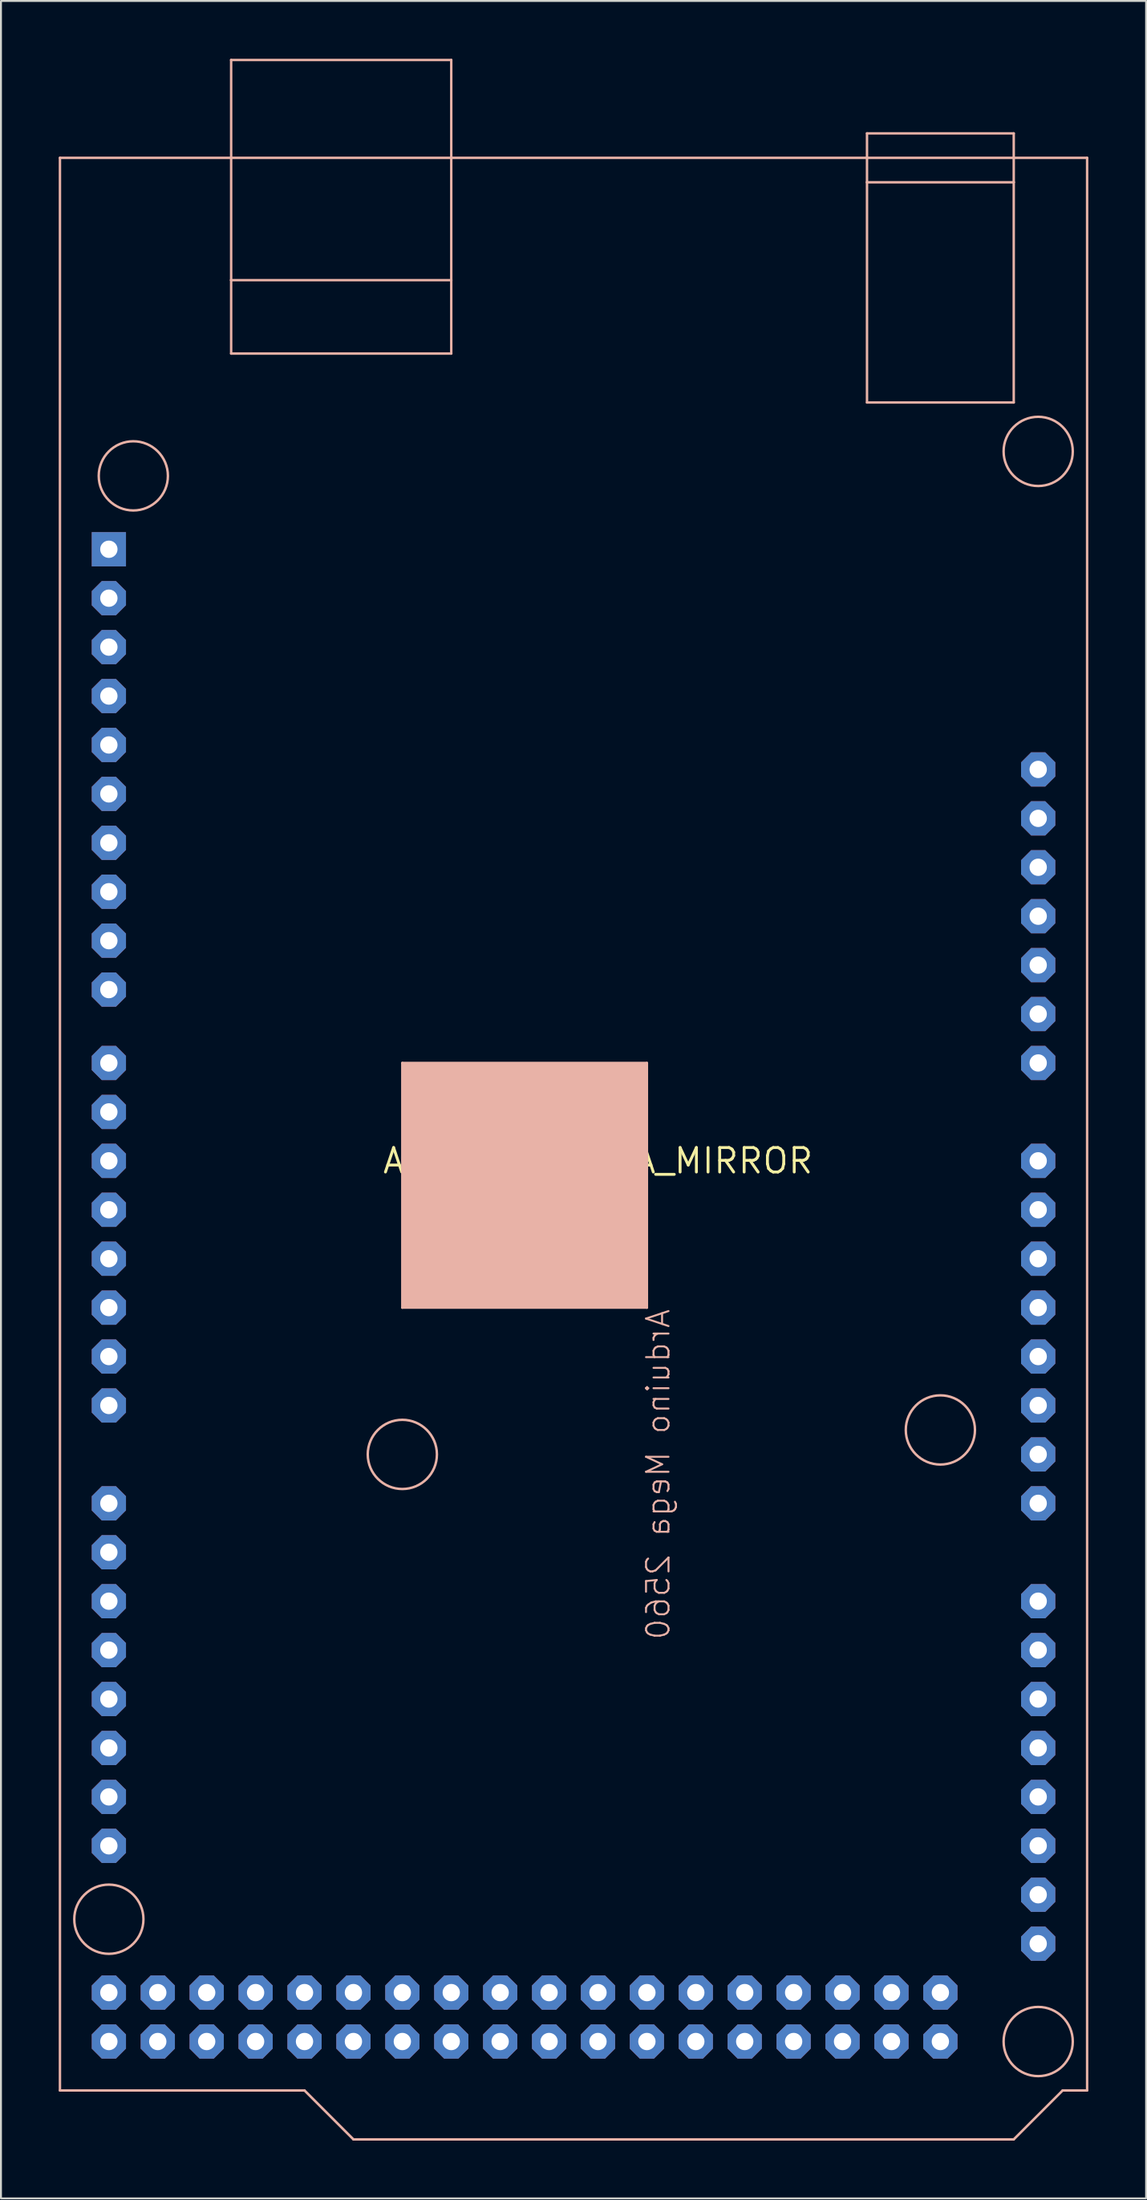
<source format=kicad_pcb>
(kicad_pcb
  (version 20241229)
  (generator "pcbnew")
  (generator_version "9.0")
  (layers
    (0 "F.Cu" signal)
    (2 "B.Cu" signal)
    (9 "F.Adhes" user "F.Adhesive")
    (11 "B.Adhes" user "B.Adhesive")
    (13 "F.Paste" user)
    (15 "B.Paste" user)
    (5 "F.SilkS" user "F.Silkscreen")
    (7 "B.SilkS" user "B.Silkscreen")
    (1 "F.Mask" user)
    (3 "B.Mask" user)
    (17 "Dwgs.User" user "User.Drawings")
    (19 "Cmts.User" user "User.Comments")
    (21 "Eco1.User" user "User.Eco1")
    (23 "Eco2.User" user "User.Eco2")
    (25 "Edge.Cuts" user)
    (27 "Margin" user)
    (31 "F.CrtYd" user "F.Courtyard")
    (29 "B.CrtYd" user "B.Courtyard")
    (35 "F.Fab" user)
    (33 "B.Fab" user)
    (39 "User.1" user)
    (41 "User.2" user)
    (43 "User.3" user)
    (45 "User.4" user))
  (footprint "ARDUINO_MEGA_MIRROR"
    (layer "F.Cu")
    (at 28.003 57.214)
    (property "Reference" "ARDUINO_MEGA_MIRROR" (at 0 0 0) (layer "F.SilkS") (effects (font (size 1.27 1.27) (thickness 0.15))))
    (fp_line (start -27.94 -52.07) (end -27.94 48.26) (stroke (width 0.127) (type solid)) (layer "B.SilkS"))
    (fp_line (start -27.94 -52.07) (end 25.4 -52.07) (stroke (width 0.127) (type solid)) (layer "B.SilkS"))
    (fp_line (start -27.94 48.26) (end -15.24 48.26) (stroke (width 0.127) (type solid)) (layer "B.SilkS"))
    (fp_line (start -19.05 -57.15) (end -7.62 -57.15) (stroke (width 0.127) (type solid)) (layer "B.SilkS"))
    (fp_line (start -19.05 -45.72) (end -19.05 -57.15) (stroke (width 0.127) (type solid)) (layer "B.SilkS"))
    (fp_line (start -19.05 -45.72) (end -7.62 -45.72) (stroke (width 0.127) (type solid)) (layer "B.SilkS"))
    (fp_line (start -19.05 -41.91) (end -19.05 -45.72) (stroke (width 0.127) (type solid)) (layer "B.SilkS"))
    (fp_line (start -15.24 48.26) (end -12.7 50.8) (stroke (width 0.127) (type solid)) (layer "B.SilkS"))
    (fp_line (start -12.7 50.8) (end 21.59 50.8) (stroke (width 0.127) (type solid)) (layer "B.SilkS"))
    (fp_line (start -10.16 -5.08) (end -10.16 7.62) (stroke (width 0.127) (type solid)) (layer "B.SilkS"))
    (fp_line (start -10.16 7.62) (end 2.54 7.62) (stroke (width 0.127) (type solid)) (layer "B.SilkS"))
    (fp_line (start -7.62 -57.15) (end -7.62 -45.72) (stroke (width 0.127) (type solid)) (layer "B.SilkS"))
    (fp_line (start -7.62 -45.72) (end -7.62 -41.91) (stroke (width 0.127) (type solid)) (layer "B.SilkS"))
    (fp_line (start -7.62 -41.91) (end -19.05 -41.91) (stroke (width 0.127) (type solid)) (layer "B.SilkS"))
    (fp_line (start 2.54 -5.08) (end -10.16 -5.08) (stroke (width 0.127) (type solid)) (layer "B.SilkS"))
    (fp_line (start 2.54 7.62) (end 2.54 -5.08) (stroke (width 0.127) (type solid)) (layer "B.SilkS"))
    (fp_line (start 13.97 -53.34) (end 21.59 -53.34) (stroke (width 0.127) (type solid)) (layer "B.SilkS"))
    (fp_line (start 13.97 -50.8) (end 13.97 -53.34) (stroke (width 0.127) (type solid)) (layer "B.SilkS"))
    (fp_line (start 13.97 -50.8) (end 21.59 -50.8) (stroke (width 0.127) (type solid)) (layer "B.SilkS"))
    (fp_line (start 13.97 -39.37) (end 13.97 -50.8) (stroke (width 0.127) (type solid)) (layer "B.SilkS"))
    (fp_line (start 21.59 -50.8) (end 21.59 -53.34) (stroke (width 0.127) (type solid)) (layer "B.SilkS"))
    (fp_line (start 21.59 -50.8) (end 21.59 -39.37) (stroke (width 0.127) (type solid)) (layer "B.SilkS"))
    (fp_line (start 21.59 -39.37) (end 13.97 -39.37) (stroke (width 0.127) (type solid)) (layer "B.SilkS"))
    (fp_line (start 24.13 48.26) (end 21.59 50.8) (stroke (width 0.127) (type solid)) (layer "B.SilkS"))
    (fp_line (start 25.4 -52.07) (end 25.4 48.26) (stroke (width 0.127) (type solid)) (layer "B.SilkS"))
    (fp_line (start 25.4 48.26) (end 24.13 48.26) (stroke (width 0.127) (type solid)) (layer "B.SilkS"))
    (fp_circle (center -25.4 39.37) (end -23.604 39.37) (stroke (width 0.127) (type solid)) (fill no) (layer "B.SilkS"))
    (fp_circle (center -24.13 -35.56) (end -22.334 -35.56) (stroke (width 0.127) (type solid)) (fill no) (layer "B.SilkS"))
    (fp_circle (center -10.16 15.24) (end -8.364 15.24) (stroke (width 0.127) (type solid)) (fill no) (layer "B.SilkS"))
    (fp_circle (center 17.78 13.97) (end 19.576 13.97) (stroke (width 0.127) (type solid)) (fill no) (layer "B.SilkS"))
    (fp_circle (center 22.86 -36.83) (end 24.656 -36.83) (stroke (width 0.127) (type solid)) (fill no) (layer "B.SilkS"))
    (fp_circle (center 22.86 45.72) (end 24.656 45.72) (stroke (width 0.127) (type solid)) (fill no) (layer "B.SilkS"))
    (fp_poly (pts (xy 2.54 -5.08) (xy -10.16 -5.08) (xy -10.16 7.62) (xy 2.54 7.62)) (stroke (width 0) (type default)) (fill yes) (layer "B.SilkS"))
    (fp_text user "Arduino Mega 2560" (at 3.81 7.62 270) (layer "B.SilkS") (effects (font (size 1.168 1.168) (thickness 0.102)) (justify left bottom mirror)))
    (pad "3V3" thru_hole roundrect (at 22.86 -15.24 180) (size 1.778 1.778) (drill 0.9) (layers "*.Cu" "*.Mask") (roundrect_rratio 0.25) (chamfer_ratio 0.293) (chamfer top_left top_right bottom_left bottom_right))
    (pad "5V@1" thru_hole roundrect (at 22.86 -12.7 180) (size 1.778 1.778) (drill 0.9) (layers "*.Cu" "*.Mask") (roundrect_rratio 0.25) (chamfer_ratio 0.293) (chamfer top_left top_right bottom_left bottom_right))
    (pad "5V@2" thru_hole roundrect (at -25.4 43.18 180) (size 1.778 1.778) (drill 0.9) (layers "*.Cu" "*.Mask") (roundrect_rratio 0.25) (chamfer_ratio 0.293) (chamfer top_left top_right bottom_left bottom_right))
    (pad "5V@3" thru_hole roundrect (at -25.4 45.72 180) (size 1.778 1.778) (drill 0.9) (layers "*.Cu" "*.Mask") (roundrect_rratio 0.25) (chamfer_ratio 0.293) (chamfer top_left top_right bottom_left bottom_right))
    (pad "A0" thru_hole roundrect (at 22.86 0 180) (size 1.778 1.778) (drill 0.9) (layers "*.Cu" "*.Mask") (roundrect_rratio 0.25) (chamfer_ratio 0.293) (chamfer top_left top_right bottom_left bottom_right))
    (pad "A1" thru_hole roundrect (at 22.86 2.54 180) (size 1.778 1.778) (drill 0.9) (layers "*.Cu" "*.Mask") (roundrect_rratio 0.25) (chamfer_ratio 0.293) (chamfer top_left top_right bottom_left bottom_right))
    (pad "A2" thru_hole roundrect (at 22.86 5.08 180) (size 1.778 1.778) (drill 0.9) (layers "*.Cu" "*.Mask") (roundrect_rratio 0.25) (chamfer_ratio 0.293) (chamfer top_left top_right bottom_left bottom_right))
    (pad "A3" thru_hole roundrect (at 22.86 7.62 180) (size 1.778 1.778) (drill 0.9) (layers "*.Cu" "*.Mask") (roundrect_rratio 0.25) (chamfer_ratio 0.293) (chamfer top_left top_right bottom_left bottom_right))
    (pad "A4" thru_hole roundrect (at 22.86 10.16 180) (size 1.778 1.778) (drill 0.9) (layers "*.Cu" "*.Mask") (roundrect_rratio 0.25) (chamfer_ratio 0.293) (chamfer top_left top_right bottom_left bottom_right))
    (pad "A5" thru_hole roundrect (at 22.86 12.7 180) (size 1.778 1.778) (drill 0.9) (layers "*.Cu" "*.Mask") (roundrect_rratio 0.25) (chamfer_ratio 0.293) (chamfer top_left top_right bottom_left bottom_right))
    (pad "A6" thru_hole roundrect (at 22.86 15.24 180) (size 1.778 1.778) (drill 0.9) (layers "*.Cu" "*.Mask") (roundrect_rratio 0.25) (chamfer_ratio 0.293) (chamfer top_left top_right bottom_left bottom_right))
    (pad "A7" thru_hole roundrect (at 22.86 17.78 180) (size 1.778 1.778) (drill 0.9) (layers "*.Cu" "*.Mask") (roundrect_rratio 0.25) (chamfer_ratio 0.293) (chamfer top_left top_right bottom_left bottom_right))
    (pad "A8" thru_hole roundrect (at 22.86 22.86 180) (size 1.778 1.778) (drill 0.9) (layers "*.Cu" "*.Mask") (roundrect_rratio 0.25) (chamfer_ratio 0.293) (chamfer top_left top_right bottom_left bottom_right))
    (pad "A9" thru_hole roundrect (at 22.86 25.4 180) (size 1.778 1.778) (drill 0.9) (layers "*.Cu" "*.Mask") (roundrect_rratio 0.25) (chamfer_ratio 0.293) (chamfer top_left top_right bottom_left bottom_right))
    (pad "A10" thru_hole roundrect (at 22.86 27.94 180) (size 1.778 1.778) (drill 0.9) (layers "*.Cu" "*.Mask") (roundrect_rratio 0.25) (chamfer_ratio 0.293) (chamfer top_left top_right bottom_left bottom_right))
    (pad "A11" thru_hole roundrect (at 22.86 30.48 180) (size 1.778 1.778) (drill 0.9) (layers "*.Cu" "*.Mask") (roundrect_rratio 0.25) (chamfer_ratio 0.293) (chamfer top_left top_right bottom_left bottom_right))
    (pad "A12" thru_hole roundrect (at 22.86 33.02 180) (size 1.778 1.778) (drill 0.9) (layers "*.Cu" "*.Mask") (roundrect_rratio 0.25) (chamfer_ratio 0.293) (chamfer top_left top_right bottom_left bottom_right))
    (pad "A13" thru_hole roundrect (at 22.86 35.56 180) (size 1.778 1.778) (drill 0.9) (layers "*.Cu" "*.Mask") (roundrect_rratio 0.25) (chamfer_ratio 0.293) (chamfer top_left top_right bottom_left bottom_right))
    (pad "A14" thru_hole roundrect (at 22.86 38.1 180) (size 1.778 1.778) (drill 0.9) (layers "*.Cu" "*.Mask") (roundrect_rratio 0.25) (chamfer_ratio 0.293) (chamfer top_left top_right bottom_left bottom_right))
    (pad "A15" thru_hole roundrect (at 22.86 40.64 180) (size 1.778 1.778) (drill 0.9) (layers "*.Cu" "*.Mask") (roundrect_rratio 0.25) (chamfer_ratio 0.293) (chamfer top_left top_right bottom_left bottom_right))
    (pad "AREF" thru_hole roundrect (at -25.4 -26.67 180) (size 1.778 1.778) (drill 0.9) (layers "*.Cu" "*.Mask") (roundrect_rratio 0.25) (chamfer_ratio 0.293) (chamfer top_left top_right bottom_left bottom_right))
    (pad "D0" thru_hole roundrect (at -25.4 12.7 180) (size 1.778 1.778) (drill 0.9) (layers "*.Cu" "*.Mask") (roundrect_rratio 0.25) (chamfer_ratio 0.293) (chamfer top_left top_right bottom_left bottom_right))
    (pad "D1" thru_hole roundrect (at -25.4 10.16 180) (size 1.778 1.778) (drill 0.9) (layers "*.Cu" "*.Mask") (roundrect_rratio 0.25) (chamfer_ratio 0.293) (chamfer top_left top_right bottom_left bottom_right))
    (pad "D2" thru_hole roundrect (at -25.4 7.62 180) (size 1.778 1.778) (drill 0.9) (layers "*.Cu" "*.Mask") (roundrect_rratio 0.25) (chamfer_ratio 0.293) (chamfer top_left top_right bottom_left bottom_right))
    (pad "D3" thru_hole roundrect (at -25.4 5.08 180) (size 1.778 1.778) (drill 0.9) (layers "*.Cu" "*.Mask") (roundrect_rratio 0.25) (chamfer_ratio 0.293) (chamfer top_left top_right bottom_left bottom_right))
    (pad "D4" thru_hole roundrect (at -25.4 2.54 180) (size 1.778 1.778) (drill 0.9) (layers "*.Cu" "*.Mask") (roundrect_rratio 0.25) (chamfer_ratio 0.293) (chamfer top_left top_right bottom_left bottom_right))
    (pad "D5" thru_hole roundrect (at -25.4 0 180) (size 1.778 1.778) (drill 0.9) (layers "*.Cu" "*.Mask") (roundrect_rratio 0.25) (chamfer_ratio 0.293) (chamfer top_left top_right bottom_left bottom_right))
    (pad "D6" thru_hole roundrect (at -25.4 -2.54 180) (size 1.778 1.778) (drill 0.9) (layers "*.Cu" "*.Mask") (roundrect_rratio 0.25) (chamfer_ratio 0.293) (chamfer top_left top_right bottom_left bottom_right))
    (pad "D7" thru_hole roundrect (at -25.4 -5.08 180) (size 1.778 1.778) (drill 0.9) (layers "*.Cu" "*.Mask") (roundrect_rratio 0.25) (chamfer_ratio 0.293) (chamfer top_left top_right bottom_left bottom_right))
    (pad "D8" thru_hole roundrect (at -25.4 -8.89 180) (size 1.778 1.778) (drill 0.9) (layers "*.Cu" "*.Mask") (roundrect_rratio 0.25) (chamfer_ratio 0.293) (chamfer top_left top_right bottom_left bottom_right))
    (pad "D9" thru_hole roundrect (at -25.4 -11.43 180) (size 1.778 1.778) (drill 0.9) (layers "*.Cu" "*.Mask") (roundrect_rratio 0.25) (chamfer_ratio 0.293) (chamfer top_left top_right bottom_left bottom_right))
    (pad "D10" thru_hole roundrect (at -25.4 -13.97 180) (size 1.778 1.778) (drill 0.9) (layers "*.Cu" "*.Mask") (roundrect_rratio 0.25) (chamfer_ratio 0.293) (chamfer top_left top_right bottom_left bottom_right))
    (pad "D11" thru_hole roundrect (at -25.4 -16.51 180) (size 1.778 1.778) (drill 0.9) (layers "*.Cu" "*.Mask") (roundrect_rratio 0.25) (chamfer_ratio 0.293) (chamfer top_left top_right bottom_left bottom_right))
    (pad "D12" thru_hole roundrect (at -25.4 -19.05 180) (size 1.778 1.778) (drill 0.9) (layers "*.Cu" "*.Mask") (roundrect_rratio 0.25) (chamfer_ratio 0.293) (chamfer top_left top_right bottom_left bottom_right))
    (pad "D13" thru_hole roundrect (at -25.4 -21.59 180) (size 1.778 1.778) (drill 0.9) (layers "*.Cu" "*.Mask") (roundrect_rratio 0.25) (chamfer_ratio 0.293) (chamfer top_left top_right bottom_left bottom_right))
    (pad "D14" thru_hole roundrect (at -25.4 17.78 180) (size 1.778 1.778) (drill 0.9) (layers "*.Cu" "*.Mask") (roundrect_rratio 0.25) (chamfer_ratio 0.293) (chamfer top_left top_right bottom_left bottom_right))
    (pad "D15" thru_hole roundrect (at -25.4 20.32 180) (size 1.778 1.778) (drill 0.9) (layers "*.Cu" "*.Mask") (roundrect_rratio 0.25) (chamfer_ratio 0.293) (chamfer top_left top_right bottom_left bottom_right))
    (pad "D16" thru_hole roundrect (at -25.4 22.86 180) (size 1.778 1.778) (drill 0.9) (layers "*.Cu" "*.Mask") (roundrect_rratio 0.25) (chamfer_ratio 0.293) (chamfer top_left top_right bottom_left bottom_right))
    (pad "D17" thru_hole roundrect (at -25.4 25.4 180) (size 1.778 1.778) (drill 0.9) (layers "*.Cu" "*.Mask") (roundrect_rratio 0.25) (chamfer_ratio 0.293) (chamfer top_left top_right bottom_left bottom_right))
    (pad "D18" thru_hole roundrect (at -25.4 27.94 180) (size 1.778 1.778) (drill 0.9) (layers "*.Cu" "*.Mask") (roundrect_rratio 0.25) (chamfer_ratio 0.293) (chamfer top_left top_right bottom_left bottom_right))
    (pad "D19" thru_hole roundrect (at -25.4 30.48 180) (size 1.778 1.778) (drill 0.9) (layers "*.Cu" "*.Mask") (roundrect_rratio 0.25) (chamfer_ratio 0.293) (chamfer top_left top_right bottom_left bottom_right))
    (pad "D20" thru_hole roundrect (at -25.4 33.02 180) (size 1.778 1.778) (drill 0.9) (layers "*.Cu" "*.Mask") (roundrect_rratio 0.25) (chamfer_ratio 0.293) (chamfer top_left top_right bottom_left bottom_right))
    (pad "D21" thru_hole roundrect (at -25.4 35.56 180) (size 1.778 1.778) (drill 0.9) (layers "*.Cu" "*.Mask") (roundrect_rratio 0.25) (chamfer_ratio 0.293) (chamfer top_left top_right bottom_left bottom_right))
    (pad "D22" thru_hole roundrect (at -22.86 43.18 180) (size 1.778 1.778) (drill 0.9) (layers "*.Cu" "*.Mask") (roundrect_rratio 0.25) (chamfer_ratio 0.293) (chamfer top_left top_right bottom_left bottom_right))
    (pad "D23" thru_hole roundrect (at -22.86 45.72 180) (size 1.778 1.778) (drill 0.9) (layers "*.Cu" "*.Mask") (roundrect_rratio 0.25) (chamfer_ratio 0.293) (chamfer top_left top_right bottom_left bottom_right))
    (pad "D24" thru_hole roundrect (at -20.32 43.18 180) (size 1.778 1.778) (drill 0.9) (layers "*.Cu" "*.Mask") (roundrect_rratio 0.25) (chamfer_ratio 0.293) (chamfer top_left top_right bottom_left bottom_right))
    (pad "D25" thru_hole roundrect (at -20.32 45.72 180) (size 1.778 1.778) (drill 0.9) (layers "*.Cu" "*.Mask") (roundrect_rratio 0.25) (chamfer_ratio 0.293) (chamfer top_left top_right bottom_left bottom_right))
    (pad "D26" thru_hole roundrect (at -17.78 43.18 180) (size 1.778 1.778) (drill 0.9) (layers "*.Cu" "*.Mask") (roundrect_rratio 0.25) (chamfer_ratio 0.293) (chamfer top_left top_right bottom_left bottom_right))
    (pad "D27" thru_hole roundrect (at -17.78 45.72 180) (size 1.778 1.778) (drill 0.9) (layers "*.Cu" "*.Mask") (roundrect_rratio 0.25) (chamfer_ratio 0.293) (chamfer top_left top_right bottom_left bottom_right))
    (pad "D28" thru_hole roundrect (at -15.24 43.18 180) (size 1.778 1.778) (drill 0.9) (layers "*.Cu" "*.Mask") (roundrect_rratio 0.25) (chamfer_ratio 0.293) (chamfer top_left top_right bottom_left bottom_right))
    (pad "D29" thru_hole roundrect (at -15.24 45.72 180) (size 1.778 1.778) (drill 0.9) (layers "*.Cu" "*.Mask") (roundrect_rratio 0.25) (chamfer_ratio 0.293) (chamfer top_left top_right bottom_left bottom_right))
    (pad "D30" thru_hole roundrect (at -12.7 43.18 180) (size 1.778 1.778) (drill 0.9) (layers "*.Cu" "*.Mask") (roundrect_rratio 0.25) (chamfer_ratio 0.293) (chamfer top_left top_right bottom_left bottom_right))
    (pad "D31" thru_hole roundrect (at -12.7 45.72 180) (size 1.778 1.778) (drill 0.9) (layers "*.Cu" "*.Mask") (roundrect_rratio 0.25) (chamfer_ratio 0.293) (chamfer top_left top_right bottom_left bottom_right))
    (pad "D32" thru_hole roundrect (at -10.16 43.18 180) (size 1.778 1.778) (drill 0.9) (layers "*.Cu" "*.Mask") (roundrect_rratio 0.25) (chamfer_ratio 0.293) (chamfer top_left top_right bottom_left bottom_right))
    (pad "D33" thru_hole roundrect (at -10.16 45.72 180) (size 1.778 1.778) (drill 0.9) (layers "*.Cu" "*.Mask") (roundrect_rratio 0.25) (chamfer_ratio 0.293) (chamfer top_left top_right bottom_left bottom_right))
    (pad "D34" thru_hole roundrect (at -7.62 43.18 180) (size 1.778 1.778) (drill 0.9) (layers "*.Cu" "*.Mask") (roundrect_rratio 0.25) (chamfer_ratio 0.293) (chamfer top_left top_right bottom_left bottom_right))
    (pad "D35" thru_hole roundrect (at -7.62 45.72 180) (size 1.778 1.778) (drill 0.9) (layers "*.Cu" "*.Mask") (roundrect_rratio 0.25) (chamfer_ratio 0.293) (chamfer top_left top_right bottom_left bottom_right))
    (pad "D36" thru_hole roundrect (at -5.08 43.18 180) (size 1.778 1.778) (drill 0.9) (layers "*.Cu" "*.Mask") (roundrect_rratio 0.25) (chamfer_ratio 0.293) (chamfer top_left top_right bottom_left bottom_right))
    (pad "D37" thru_hole roundrect (at -5.08 45.72 180) (size 1.778 1.778) (drill 0.9) (layers "*.Cu" "*.Mask") (roundrect_rratio 0.25) (chamfer_ratio 0.293) (chamfer top_left top_right bottom_left bottom_right))
    (pad "D38" thru_hole roundrect (at -2.54 43.18 180) (size 1.778 1.778) (drill 0.9) (layers "*.Cu" "*.Mask") (roundrect_rratio 0.25) (chamfer_ratio 0.293) (chamfer top_left top_right bottom_left bottom_right))
    (pad "D39" thru_hole roundrect (at -2.54 45.72 180) (size 1.778 1.778) (drill 0.9) (layers "*.Cu" "*.Mask") (roundrect_rratio 0.25) (chamfer_ratio 0.293) (chamfer top_left top_right bottom_left bottom_right))
    (pad "D40" thru_hole roundrect (at 0 43.18 180) (size 1.778 1.778) (drill 0.9) (layers "*.Cu" "*.Mask") (roundrect_rratio 0.25) (chamfer_ratio 0.293) (chamfer top_left top_right bottom_left bottom_right))
    (pad "D41" thru_hole roundrect (at 0 45.72 180) (size 1.778 1.778) (drill 0.9) (layers "*.Cu" "*.Mask") (roundrect_rratio 0.25) (chamfer_ratio 0.293) (chamfer top_left top_right bottom_left bottom_right))
    (pad "D42" thru_hole roundrect (at 2.54 43.18 180) (size 1.778 1.778) (drill 0.9) (layers "*.Cu" "*.Mask") (roundrect_rratio 0.25) (chamfer_ratio 0.293) (chamfer top_left top_right bottom_left bottom_right))
    (pad "D43" thru_hole roundrect (at 2.54 45.72 180) (size 1.778 1.778) (drill 0.9) (layers "*.Cu" "*.Mask") (roundrect_rratio 0.25) (chamfer_ratio 0.293) (chamfer top_left top_right bottom_left bottom_right))
    (pad "D44" thru_hole roundrect (at 5.08 43.18 180) (size 1.778 1.778) (drill 0.9) (layers "*.Cu" "*.Mask") (roundrect_rratio 0.25) (chamfer_ratio 0.293) (chamfer top_left top_right bottom_left bottom_right))
    (pad "D45" thru_hole roundrect (at 5.08 45.72 180) (size 1.778 1.778) (drill 0.9) (layers "*.Cu" "*.Mask") (roundrect_rratio 0.25) (chamfer_ratio 0.293) (chamfer top_left top_right bottom_left bottom_right))
    (pad "D46" thru_hole roundrect (at 7.62 43.18 180) (size 1.778 1.778) (drill 0.9) (layers "*.Cu" "*.Mask") (roundrect_rratio 0.25) (chamfer_ratio 0.293) (chamfer top_left top_right bottom_left bottom_right))
    (pad "D47" thru_hole roundrect (at 7.62 45.72 180) (size 1.778 1.778) (drill 0.9) (layers "*.Cu" "*.Mask") (roundrect_rratio 0.25) (chamfer_ratio 0.293) (chamfer top_left top_right bottom_left bottom_right))
    (pad "D48" thru_hole roundrect (at 10.16 43.18 180) (size 1.778 1.778) (drill 0.9) (layers "*.Cu" "*.Mask") (roundrect_rratio 0.25) (chamfer_ratio 0.293) (chamfer top_left top_right bottom_left bottom_right))
    (pad "D49" thru_hole roundrect (at 10.16 45.72 180) (size 1.778 1.778) (drill 0.9) (layers "*.Cu" "*.Mask") (roundrect_rratio 0.25) (chamfer_ratio 0.293) (chamfer top_left top_right bottom_left bottom_right))
    (pad "D50" thru_hole roundrect (at 12.7 43.18 180) (size 1.778 1.778) (drill 0.9) (layers "*.Cu" "*.Mask") (roundrect_rratio 0.25) (chamfer_ratio 0.293) (chamfer top_left top_right bottom_left bottom_right))
    (pad "D51" thru_hole roundrect (at 12.7 45.72 180) (size 1.778 1.778) (drill 0.9) (layers "*.Cu" "*.Mask") (roundrect_rratio 0.25) (chamfer_ratio 0.293) (chamfer top_left top_right bottom_left bottom_right))
    (pad "D52" thru_hole roundrect (at 15.24 43.18 180) (size 1.778 1.778) (drill 0.9) (layers "*.Cu" "*.Mask") (roundrect_rratio 0.25) (chamfer_ratio 0.293) (chamfer top_left top_right bottom_left bottom_right))
    (pad "D53" thru_hole roundrect (at 15.24 45.72 180) (size 1.778 1.778) (drill 0.9) (layers "*.Cu" "*.Mask") (roundrect_rratio 0.25) (chamfer_ratio 0.293) (chamfer top_left top_right bottom_left bottom_right))
    (pad "GND@1" thru_hole roundrect (at -25.4 -24.13 180) (size 1.778 1.778) (drill 0.9) (layers "*.Cu" "*.Mask") (roundrect_rratio 0.25) (chamfer_ratio 0.293) (chamfer top_left top_right bottom_left bottom_right))
    (pad "GND@2" thru_hole roundrect (at 22.86 -7.62 180) (size 1.778 1.778) (drill 0.9) (layers "*.Cu" "*.Mask") (roundrect_rratio 0.25) (chamfer_ratio 0.293) (chamfer top_left top_right bottom_left bottom_right))
    (pad "GND@3" thru_hole roundrect (at 22.86 -10.16 180) (size 1.778 1.778) (drill 0.9) (layers "*.Cu" "*.Mask") (roundrect_rratio 0.25) (chamfer_ratio 0.293) (chamfer top_left top_right bottom_left bottom_right))
    (pad "GND@4" thru_hole roundrect (at 17.78 43.18 180) (size 1.778 1.778) (drill 0.9) (layers "*.Cu" "*.Mask") (roundrect_rratio 0.25) (chamfer_ratio 0.293) (chamfer top_left top_right bottom_left bottom_right))
    (pad "GND@5" thru_hole roundrect (at 17.78 45.72 180) (size 1.778 1.778) (drill 0.9) (layers "*.Cu" "*.Mask") (roundrect_rratio 0.25) (chamfer_ratio 0.293) (chamfer top_left top_right bottom_left bottom_right))
    (pad "IOREF" thru_hole roundrect (at 22.86 -20.32 180) (size 1.778 1.778) (drill 0.9) (layers "*.Cu" "*.Mask") (roundrect_rratio 0.25) (chamfer_ratio 0.293) (chamfer top_left top_right bottom_left bottom_right))
    (pad "RESET" thru_hole roundrect (at 22.86 -17.78 180) (size 1.778 1.778) (drill 0.9) (layers "*.Cu" "*.Mask") (roundrect_rratio 0.25) (chamfer_ratio 0.293) (chamfer top_left top_right bottom_left bottom_right))
    (pad "SCL" thru_hole rect (at -25.4 -31.75 180) (size 1.778 1.778) (drill 0.9) (layers "*.Cu" "*.Mask"))
    (pad "SDA" thru_hole roundrect (at -25.4 -29.21 180) (size 1.778 1.778) (drill 0.9) (layers "*.Cu" "*.Mask") (roundrect_rratio 0.25) (chamfer_ratio 0.293) (chamfer top_left top_right bottom_left bottom_right))
    (pad "VIN" thru_hole roundrect (at 22.86 -5.08 180) (size 1.778 1.778) (drill 0.9) (layers "*.Cu" "*.Mask") (roundrect_rratio 0.25) (chamfer_ratio 0.293) (chamfer top_left top_right bottom_left bottom_right)))
  (gr_rect
    (start -3 -3)
    (end 56.467 111.077)
    (stroke (width 0.1) (type default))
    (fill no)
    (layer "Edge.Cuts")))
</source>
